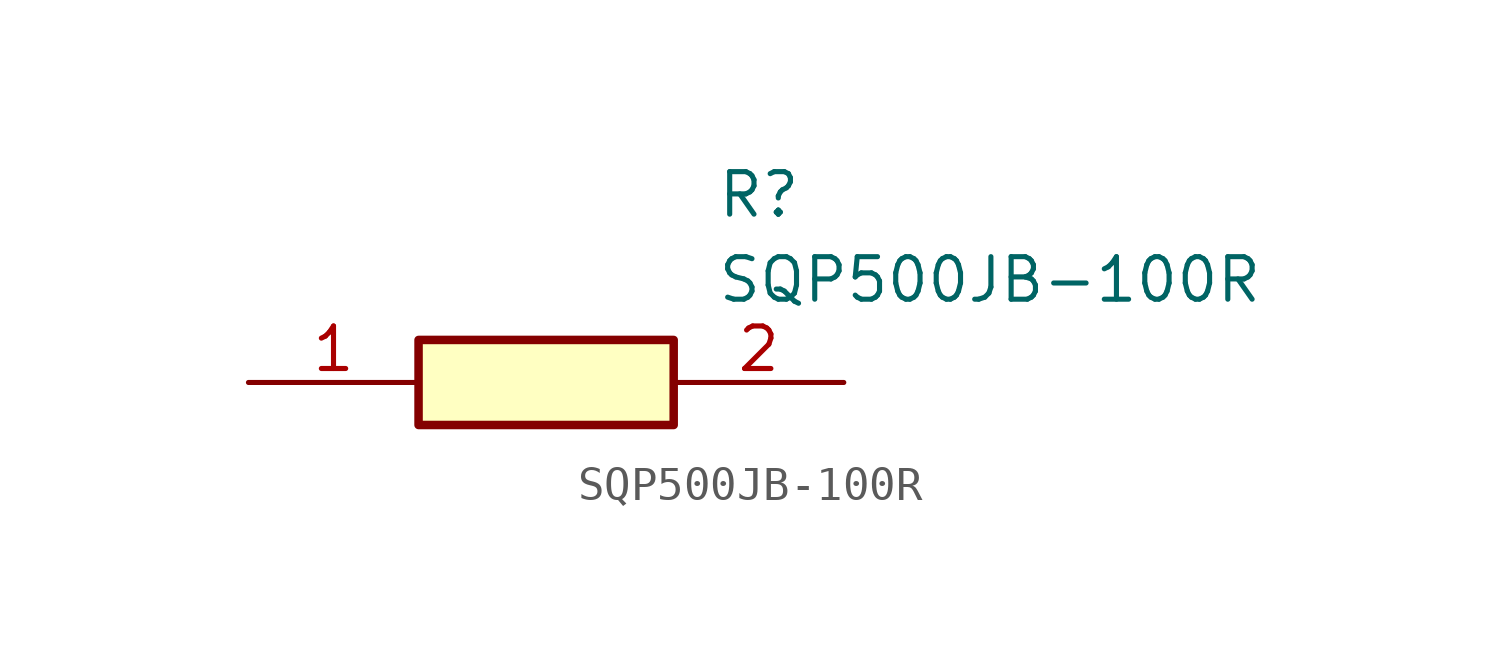
<source format=kicad_sym>
(kicad_symbol_lib
  (version 20211014)
  (generator SamacSys_ECAD_Model)
  (symbol "SQP500JB-100R"
    (pin_names hide)
    (property "Reference" "R"
      (at 13.97 6.35 0)
      (effects (font (size 1.27 1.27)) (justify left top)))
    (property "Value" "SQP500JB-100R"
      (at 13.97 3.81 0)
      (effects (font (size 1.27 1.27)) (justify left top)))
    (rectangle
      (start 5.08 1.27)
      (end 12.7 -1.27)
      (stroke (width 0.254) (type default))
      (fill (type background)))
    (pin passive line
      (at 0 0 0)
      (length 5.08)
      (name "1" (effects (font (size 1.27 1.27))))
      (number "1" (effects (font (size 1.27 1.27)))))
    (pin passive line
      (at 17.78 0 180)
      (length 5.08)
      (name "2" (effects (font (size 1.27 1.27))))
      (number "2" (effects (font (size 1.27 1.27)))))))
</source>
